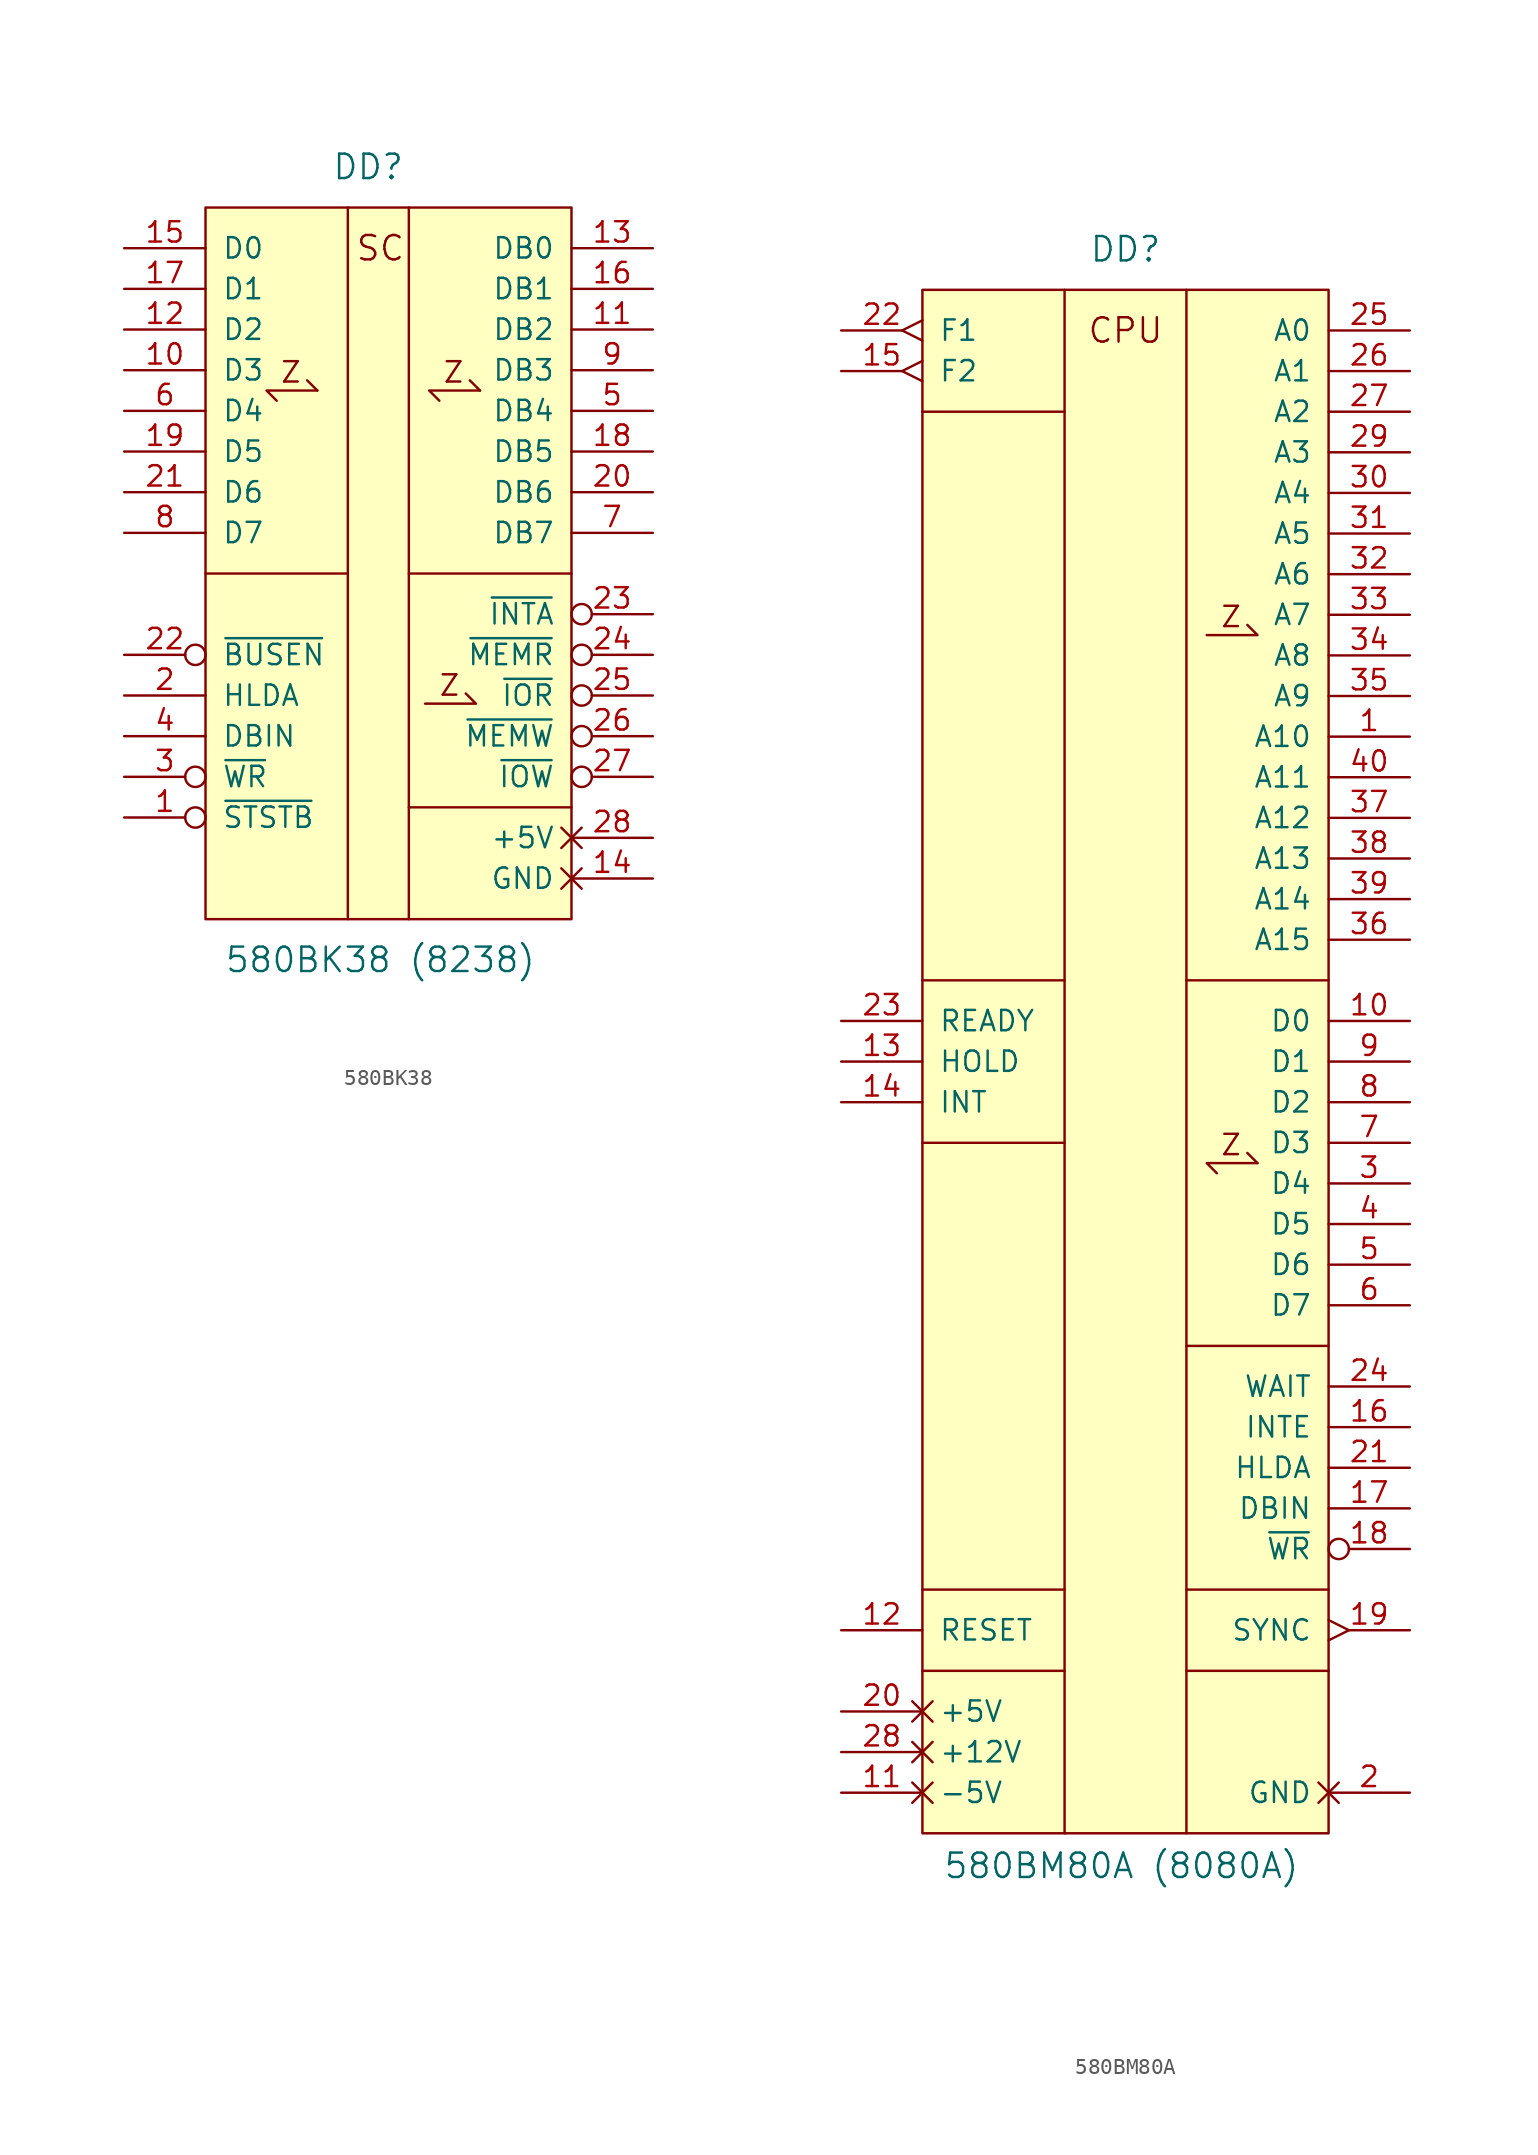
<source format=kicad_sym>
(kicad_symbol_lib
  (version 20231120)
  (generator "kicad_symbol_editor")
  (generator_version "8.0")
  (symbol "580ВК38"
    (pin_names
      (offset 1.016))
    (property "Reference" "DD"
      (at -1.27 24.13 0)
      (effects (font (size 1.524 1.524))))
    (property "Value" "580ВК38 (8238)"
      (at -0.508 -25.4 0)
      (effects (font (size 1.524 1.524))))
    (symbol "580ВК38_0_0"
      (polyline (pts (xy -4.445 10.16) (xy -5.08 10.795)) (stroke (width 0) (type default)) (fill (type none)))
      (polyline (pts (xy -2.54 -22.86) (xy -2.54 21.59)) (stroke (width 0) (type solid)) (fill (type none)))
      (polyline (pts (xy -2.54 -1.27) (xy -11.43 -1.27)) (stroke (width 0) (type solid)) (fill (type none)))
      (polyline (pts (xy 1.27 -22.86) (xy 1.27 21.59)) (stroke (width 0) (type solid)) (fill (type none)))
      (polyline (pts (xy 5.715 10.16) (xy 5.08 10.795)) (stroke (width 0) (type default)) (fill (type none)))
      (polyline (pts (xy 11.43 -15.875) (xy 1.27 -15.875)) (stroke (width 0) (type solid)) (fill (type none)))
      (polyline (pts (xy 11.43 -1.27) (xy 1.27 -1.27)) (stroke (width 0) (type solid)) (fill (type none)))
      (polyline (pts (xy -6.985 9.525) (xy -7.62 10.16) (xy -4.445 10.16)) (stroke (width 0) (type default)) (fill (type none)))
      (polyline (pts (xy 3.175 9.525) (xy 2.54 10.16) (xy 5.715 10.16)) (stroke (width 0) (type default)) (fill (type none)))
      (polyline (pts (xy 4.826 -8.763) (xy 5.461 -9.398) (xy 2.286 -9.398)) (stroke (width 0) (type default)) (fill (type none)))
      (text "SC" (at -0.508 19.05 0) (effects (font (size 1.524 1.524)))))
    (symbol "580ВК38_0_1"
      (pin bidirectional line (at -16.51 11.43 0) (length 5.08) (name "D3" (effects (font (size 1.27 1.27)))) (number "10" (effects (font (size 1.27 1.27)))))
      (pin bidirectional line (at -16.51 13.97 0) (length 5.08) (name "D2" (effects (font (size 1.27 1.27)))) (number "12" (effects (font (size 1.27 1.27)))))
      (pin bidirectional line (at -16.51 19.05 0) (length 5.08) (name "D0" (effects (font (size 1.27 1.27)))) (number "15" (effects (font (size 1.27 1.27)))))
      (pin bidirectional line (at -16.51 16.51 0) (length 5.08) (name "D1" (effects (font (size 1.27 1.27)))) (number "17" (effects (font (size 1.27 1.27)))))
      (pin bidirectional line (at -16.51 6.35 0) (length 5.08) (name "D5" (effects (font (size 1.27 1.27)))) (number "19" (effects (font (size 1.27 1.27)))))
      (pin input line (at -16.51 -8.89 0) (length 5.08) (name "HLDA" (effects (font (size 1.27 1.27)))) (number "2" (effects (font (size 1.27 1.27)))))
      (pin bidirectional line (at -16.51 3.81 0) (length 5.08) (name "D6" (effects (font (size 1.27 1.27)))) (number "21" (effects (font (size 1.27 1.27)))))
      (pin input inverted (at -16.51 -6.35 0) (length 5.08) (name "~{BUSEN}" (effects (font (size 1.27 1.27)))) (number "22" (effects (font (size 1.27 1.27)))))
      (pin output inverted (at 16.51 -3.81 180) (length 5.08) (name "~{INTA}" (effects (font (size 1.27 1.27)))) (number "23" (effects (font (size 1.27 1.27)))))
      (pin bidirectional line (at -16.51 8.89 0) (length 5.08) (name "D4" (effects (font (size 1.27 1.27)))) (number "6" (effects (font (size 1.27 1.27)))))
      (pin bidirectional line (at -16.51 1.27 0) (length 5.08) (name "D7" (effects (font (size 1.27 1.27)))) (number "8" (effects (font (size 1.27 1.27))))))
    (symbol "580ВК38_1_0"
      (rectangle (start -11.43 21.59) (end 11.43 -22.86) (stroke (width 0) (type solid)) (fill (type background)))
      (text "Z" (at -6.096 11.303 0) (effects (font (size 1.27 1.27))))
      (text "Z" (at 3.81 -8.255 0) (effects (font (size 1.27 1.27))))
      (text "Z" (at 4.064 11.303 0) (effects (font (size 1.27 1.27)))))
    (symbol "580ВК38_1_1"
      (pin input inverted (at -16.51 -16.51 0) (length 5.08) (name "~{STSTB}" (effects (font (size 1.27 1.27)))) (number "1" (effects (font (size 1.27 1.27)))))
      (pin tri_state line (at 16.51 13.97 180) (length 5.08) (name "DB2" (effects (font (size 1.27 1.27)))) (number "11" (effects (font (size 1.27 1.27)))))
      (pin tri_state line (at 16.51 19.05 180) (length 5.08) (name "DB0" (effects (font (size 1.27 1.27)))) (number "13" (effects (font (size 1.27 1.27)))))
      (pin power_in non_logic (at 16.51 -20.32 180) (length 5.08) (name "GND" (effects (font (size 1.27 1.27)))) (number "14" (effects (font (size 1.27 1.27)))))
      (pin tri_state line (at 16.51 16.51 180) (length 5.08) (name "DB1" (effects (font (size 1.27 1.27)))) (number "16" (effects (font (size 1.27 1.27)))))
      (pin tri_state line (at 16.51 6.35 180) (length 5.08) (name "DB5" (effects (font (size 1.27 1.27)))) (number "18" (effects (font (size 1.27 1.27)))))
      (pin tri_state line (at 16.51 3.81 180) (length 5.08) (name "DB6" (effects (font (size 1.27 1.27)))) (number "20" (effects (font (size 1.27 1.27)))))
      (pin output inverted (at 16.51 -6.35 180) (length 5.08) (name "~{MEMR}" (effects (font (size 1.27 1.27)))) (number "24" (effects (font (size 1.27 1.27)))))
      (pin output inverted (at 16.51 -8.89 180) (length 5.08) (name "~{IOR}" (effects (font (size 1.27 1.27)))) (number "25" (effects (font (size 1.27 1.27)))))
      (pin output inverted (at 16.51 -11.43 180) (length 5.08) (name "~{MEMW}" (effects (font (size 1.27 1.27)))) (number "26" (effects (font (size 1.27 1.27)))))
      (pin output inverted (at 16.51 -13.97 180) (length 5.08) (name "~{IOW}" (effects (font (size 1.27 1.27)))) (number "27" (effects (font (size 1.27 1.27)))))
      (pin power_in non_logic (at 16.51 -17.78 180) (length 5.08) (name "+5V" (effects (font (size 1.27 1.27)))) (number "28" (effects (font (size 1.27 1.27)))))
      (pin input inverted (at -16.51 -13.97 0) (length 5.08) (name "~{WR}" (effects (font (size 1.27 1.27)))) (number "3" (effects (font (size 1.27 1.27)))))
      (pin input line (at -16.51 -11.43 0) (length 5.08) (name "DBIN" (effects (font (size 1.27 1.27)))) (number "4" (effects (font (size 1.27 1.27)))))
      (pin tri_state line (at 16.51 8.89 180) (length 5.08) (name "DB4" (effects (font (size 1.27 1.27)))) (number "5" (effects (font (size 1.27 1.27)))))
      (pin tri_state line (at 16.51 1.27 180) (length 5.08) (name "DB7" (effects (font (size 1.27 1.27)))) (number "7" (effects (font (size 1.27 1.27)))))
      (pin tri_state line (at 16.51 11.43 180) (length 5.08) (name "DB3" (effects (font (size 1.27 1.27)))) (number "9" (effects (font (size 1.27 1.27)))))))
  (symbol "580ВМ80А"
    (pin_names
      (offset 1.016))
    (property "Reference" "DD"
      (at 0 50.8 0)
      (effects (font (size 1.524 1.524))))
    (property "Value" "580ВМ80A (8080A)"
      (at -0.254 -50.292 0)
      (effects (font (size 1.524 1.524))))
    (symbol "580ВМ80А_0_0"
      (polyline (pts (xy -12.7 -38.1) (xy -3.81 -38.1)) (stroke (width 0) (type solid)) (fill (type none)))
      (polyline (pts (xy -12.7 -33.02) (xy -3.81 -33.02)) (stroke (width 0) (type solid)) (fill (type none)))
      (polyline (pts (xy -12.7 -5.08) (xy -3.81 -5.08)) (stroke (width 0) (type solid)) (fill (type none)))
      (polyline (pts (xy -12.7 5.08) (xy -3.81 5.08)) (stroke (width 0) (type solid)) (fill (type none)))
      (polyline (pts (xy -12.7 40.64) (xy -3.81 40.64)) (stroke (width 0) (type solid)) (fill (type none)))
      (polyline (pts (xy 3.81 -38.1) (xy 12.7 -38.1)) (stroke (width 0) (type solid)) (fill (type none)))
      (polyline (pts (xy 3.81 -17.78) (xy 12.7 -17.78)) (stroke (width 0) (type solid)) (fill (type none)))
      (polyline (pts (xy 3.81 5.08) (xy 12.7 5.08)) (stroke (width 0) (type solid)) (fill (type none)))
      (polyline (pts (xy 8.255 -6.35) (xy 7.62 -5.715)) (stroke (width 0) (type default)) (fill (type none)))
      (polyline (pts (xy 12.7 -33.02) (xy 3.81 -33.02)) (stroke (width 0) (type solid)) (fill (type none)))
      (polyline (pts (xy 5.715 -6.985) (xy 5.08 -6.35) (xy 8.255 -6.35)) (stroke (width 0) (type default)) (fill (type none)))
      (polyline (pts (xy 7.62 27.305) (xy 8.255 26.67) (xy 5.08 26.67)) (stroke (width 0) (type default)) (fill (type none)))
      (text "CPU" (at 0 45.72 0) (effects (font (size 1.524 1.524)))))
    (symbol "580ВМ80А_0_1"
      (polyline (pts (xy -3.81 48.26) (xy -3.81 -48.26)) (stroke (width 0) (type solid)) (fill (type none)))
      (polyline (pts (xy 3.81 48.26) (xy 3.81 -48.26)) (stroke (width 0) (type solid)) (fill (type none)))
      (pin output line (at 17.78 20.32 180) (length 5.08) (name "A10" (effects (font (size 1.27 1.27)))) (number "1" (effects (font (size 1.27 1.27)))))
      (pin bidirectional line (at 17.78 2.54 180) (length 5.08) (name "D0" (effects (font (size 1.27 1.27)))) (number "10" (effects (font (size 1.27 1.27)))))
      (pin input line (at -17.78 -35.56 0) (length 5.08) (name "RESET" (effects (font (size 1.27 1.27)))) (number "12" (effects (font (size 1.27 1.27)))))
      (pin input line (at -17.78 0 0) (length 5.08) (name "HOLD" (effects (font (size 1.27 1.27)))) (number "13" (effects (font (size 1.27 1.27)))))
      (pin input line (at -17.78 -2.54 0) (length 5.08) (name "INT" (effects (font (size 1.27 1.27)))) (number "14" (effects (font (size 1.27 1.27)))))
      (pin output line (at 17.78 -22.86 180) (length 5.08) (name "INTE" (effects (font (size 1.27 1.27)))) (number "16" (effects (font (size 1.27 1.27)))))
      (pin output line (at 17.78 -27.94 180) (length 5.08) (name "DBIN" (effects (font (size 1.27 1.27)))) (number "17" (effects (font (size 1.27 1.27)))))
      (pin output inverted (at 17.78 -30.48 180) (length 5.08) (name "~{WR}" (effects (font (size 1.27 1.27)))) (number "18" (effects (font (size 1.27 1.27)))))
      (pin output line (at 17.78 -25.4 180) (length 5.08) (name "HLDA" (effects (font (size 1.27 1.27)))) (number "21" (effects (font (size 1.27 1.27)))))
      (pin input line (at -17.78 2.54 0) (length 5.08) (name "READY" (effects (font (size 1.27 1.27)))) (number "23" (effects (font (size 1.27 1.27)))))
      (pin output line (at 17.78 -20.32 180) (length 5.08) (name "WAIT" (effects (font (size 1.27 1.27)))) (number "24" (effects (font (size 1.27 1.27)))))
      (pin output line (at 17.78 45.72 180) (length 5.08) (name "A0" (effects (font (size 1.27 1.27)))) (number "25" (effects (font (size 1.27 1.27)))))
      (pin output line (at 17.78 43.18 180) (length 5.08) (name "A1" (effects (font (size 1.27 1.27)))) (number "26" (effects (font (size 1.27 1.27)))))
      (pin output line (at 17.78 40.64 180) (length 5.08) (name "A2" (effects (font (size 1.27 1.27)))) (number "27" (effects (font (size 1.27 1.27)))))
      (pin output line (at 17.78 38.1 180) (length 5.08) (name "A3" (effects (font (size 1.27 1.27)))) (number "29" (effects (font (size 1.27 1.27)))))
      (pin bidirectional line (at 17.78 -7.62 180) (length 5.08) (name "D4" (effects (font (size 1.27 1.27)))) (number "3" (effects (font (size 1.27 1.27)))))
      (pin output line (at 17.78 35.56 180) (length 5.08) (name "A4" (effects (font (size 1.27 1.27)))) (number "30" (effects (font (size 1.27 1.27)))))
      (pin output line (at 17.78 33.02 180) (length 5.08) (name "A5" (effects (font (size 1.27 1.27)))) (number "31" (effects (font (size 1.27 1.27)))))
      (pin output line (at 17.78 30.48 180) (length 5.08) (name "A6" (effects (font (size 1.27 1.27)))) (number "32" (effects (font (size 1.27 1.27)))))
      (pin output line (at 17.78 27.94 180) (length 5.08) (name "A7" (effects (font (size 1.27 1.27)))) (number "33" (effects (font (size 1.27 1.27)))))
      (pin output line (at 17.78 25.4 180) (length 5.08) (name "A8" (effects (font (size 1.27 1.27)))) (number "34" (effects (font (size 1.27 1.27)))))
      (pin output line (at 17.78 22.86 180) (length 5.08) (name "A9" (effects (font (size 1.27 1.27)))) (number "35" (effects (font (size 1.27 1.27)))))
      (pin output line (at 17.78 7.62 180) (length 5.08) (name "A15" (effects (font (size 1.27 1.27)))) (number "36" (effects (font (size 1.27 1.27)))))
      (pin output line (at 17.78 15.24 180) (length 5.08) (name "A12" (effects (font (size 1.27 1.27)))) (number "37" (effects (font (size 1.27 1.27)))))
      (pin output line (at 17.78 12.7 180) (length 5.08) (name "A13" (effects (font (size 1.27 1.27)))) (number "38" (effects (font (size 1.27 1.27)))))
      (pin output line (at 17.78 10.16 180) (length 5.08) (name "A14" (effects (font (size 1.27 1.27)))) (number "39" (effects (font (size 1.27 1.27)))))
      (pin bidirectional line (at 17.78 -10.16 180) (length 5.08) (name "D5" (effects (font (size 1.27 1.27)))) (number "4" (effects (font (size 1.27 1.27)))))
      (pin output line (at 17.78 17.78 180) (length 5.08) (name "A11" (effects (font (size 1.27 1.27)))) (number "40" (effects (font (size 1.27 1.27)))))
      (pin bidirectional line (at 17.78 -12.7 180) (length 5.08) (name "D6" (effects (font (size 1.27 1.27)))) (number "5" (effects (font (size 1.27 1.27)))))
      (pin bidirectional line (at 17.78 -15.24 180) (length 5.08) (name "D7" (effects (font (size 1.27 1.27)))) (number "6" (effects (font (size 1.27 1.27)))))
      (pin bidirectional line (at 17.78 -5.08 180) (length 5.08) (name "D3" (effects (font (size 1.27 1.27)))) (number "7" (effects (font (size 1.27 1.27)))))
      (pin bidirectional line (at 17.78 -2.54 180) (length 5.08) (name "D2" (effects (font (size 1.27 1.27)))) (number "8" (effects (font (size 1.27 1.27)))))
      (pin bidirectional line (at 17.78 0 180) (length 5.08) (name "D1" (effects (font (size 1.27 1.27)))) (number "9" (effects (font (size 1.27 1.27))))))
    (symbol "580ВМ80А_1_0"
      (text "Z" (at 6.604 -5.207 0) (effects (font (size 1.27 1.27))))
      (text "Z" (at 6.604 27.813 0) (effects (font (size 1.27 1.27)))))
    (symbol "580ВМ80А_1_1"
      (rectangle (start -12.7 48.26) (end 12.7 -48.26) (stroke (width 0) (type solid)) (fill (type background)))
      (pin power_in non_logic (at -17.78 -45.72 0) (length 5.08) (name "-5V" (effects (font (size 1.27 1.27)))) (number "11" (effects (font (size 1.27 1.27)))))
      (pin input edge_clock_high (at -17.78 43.18 0) (length 5.08) (name "F2" (effects (font (size 1.27 1.27)))) (number "15" (effects (font (size 1.27 1.27)))))
      (pin output edge_clock_high (at 17.78 -35.56 180) (length 5.08) (name "SYNC" (effects (font (size 1.27 1.27)))) (number "19" (effects (font (size 1.27 1.27)))))
      (pin power_in non_logic (at 17.78 -45.72 180) (length 5.08) (name "GND" (effects (font (size 1.27 1.27)))) (number "2" (effects (font (size 1.27 1.27)))))
      (pin power_in non_logic (at -17.78 -40.64 0) (length 5.08) (name "+5V" (effects (font (size 1.27 1.27)))) (number "20" (effects (font (size 1.27 1.27)))))
      (pin input edge_clock_high (at -17.78 45.72 0) (length 5.08) (name "F1" (effects (font (size 1.27 1.27)))) (number "22" (effects (font (size 1.27 1.27)))))
      (pin power_in non_logic (at -17.78 -43.18 0) (length 5.08) (name "+12V" (effects (font (size 1.27 1.27)))) (number "28" (effects (font (size 1.27 1.27))))))))
</source>
